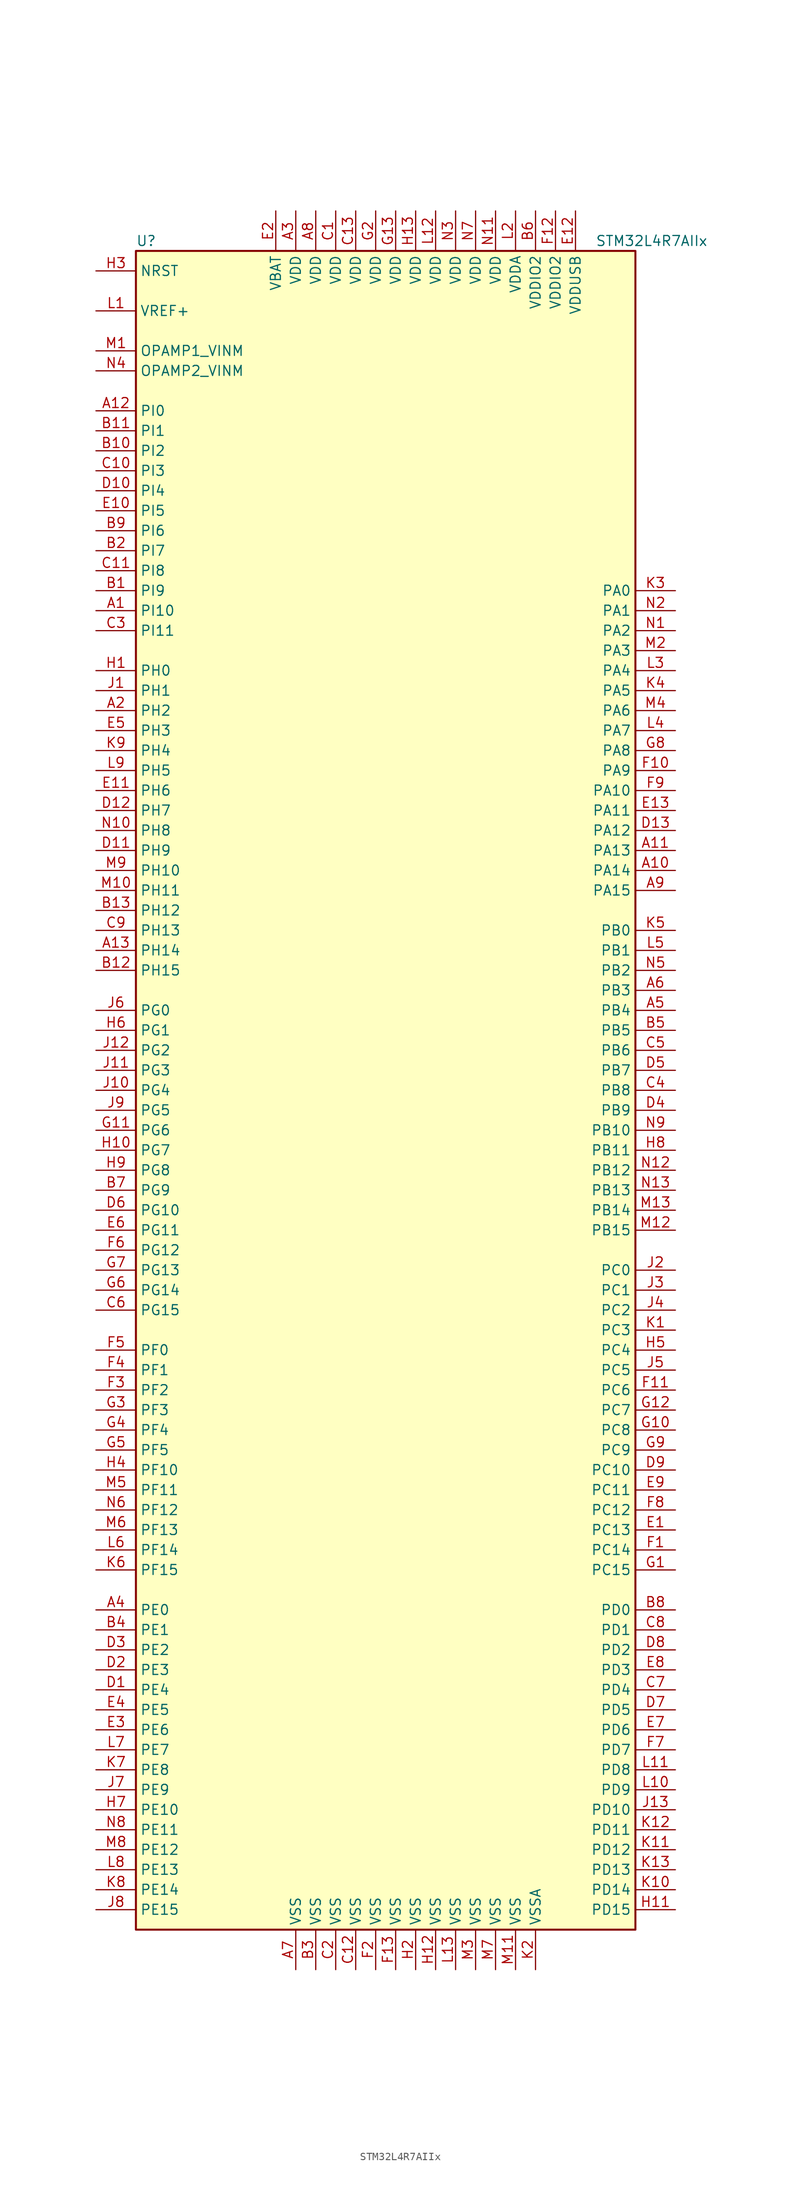
<source format=kicad_sym>
(kicad_symbol_lib
  (version 20201005)
  (generator kicad_symbol_editor)
  (symbol "MCU_ST_STM32L4+:STM32L4R7AIIx"
    (property "Reference" "U"
      (at -33.02 107.95 0)
      (effects (font (size 1.27 1.27)) (justify left)))
    (property "Value" "STM32L4R7AIIx"
      (at 25.4 107.95 0)
      (effects (font (size 1.27 1.27)) (justify left)))
    (symbol "STM32L4R7AIIx_0_1"
      (rectangle (start -33.02 -106.68) (end 30.48 106.68) (stroke (width 0.254)) (fill (type background))))
    (symbol "STM32L4R7AIIx_1_1"
      (pin input line (at -38.1 104.14 0) (length 5.08) (name "NRST" (effects (font (size 1.27 1.27)))) (number "H3" (effects (font (size 1.27 1.27)))))
      (pin bidirectional line (at -38.1 93.98 0) (length 5.08) (name "OPAMP1_VINM" (effects (font (size 1.27 1.27)))) (number "M1" (effects (font (size 1.27 1.27)))))
      (pin bidirectional line (at -38.1 91.44 0) (length 5.08) (name "OPAMP2_VINM" (effects (font (size 1.27 1.27)))) (number "N4" (effects (font (size 1.27 1.27)))))
      (pin bidirectional line (at 35.56 63.5 180) (length 5.08) (name "PA0" (effects (font (size 1.27 1.27)))) (number "K3" (effects (font (size 1.27 1.27)))))
      (pin bidirectional line (at 35.56 60.96 180) (length 5.08) (name "PA1" (effects (font (size 1.27 1.27)))) (number "N2" (effects (font (size 1.27 1.27)))))
      (pin bidirectional line (at 35.56 38.1 180) (length 5.08) (name "PA10" (effects (font (size 1.27 1.27)))) (number "F9" (effects (font (size 1.27 1.27)))))
      (pin bidirectional line (at 35.56 35.56 180) (length 5.08) (name "PA11" (effects (font (size 1.27 1.27)))) (number "E13" (effects (font (size 1.27 1.27)))))
      (pin bidirectional line (at 35.56 33.02 180) (length 5.08) (name "PA12" (effects (font (size 1.27 1.27)))) (number "D13" (effects (font (size 1.27 1.27)))))
      (pin bidirectional line (at 35.56 30.48 180) (length 5.08) (name "PA13" (effects (font (size 1.27 1.27)))) (number "A11" (effects (font (size 1.27 1.27)))))
      (pin bidirectional line (at 35.56 27.94 180) (length 5.08) (name "PA14" (effects (font (size 1.27 1.27)))) (number "A10" (effects (font (size 1.27 1.27)))))
      (pin bidirectional line (at 35.56 25.4 180) (length 5.08) (name "PA15" (effects (font (size 1.27 1.27)))) (number "A9" (effects (font (size 1.27 1.27)))))
      (pin bidirectional line (at 35.56 58.42 180) (length 5.08) (name "PA2" (effects (font (size 1.27 1.27)))) (number "N1" (effects (font (size 1.27 1.27)))))
      (pin bidirectional line (at 35.56 55.88 180) (length 5.08) (name "PA3" (effects (font (size 1.27 1.27)))) (number "M2" (effects (font (size 1.27 1.27)))))
      (pin bidirectional line (at 35.56 53.34 180) (length 5.08) (name "PA4" (effects (font (size 1.27 1.27)))) (number "L3" (effects (font (size 1.27 1.27)))))
      (pin bidirectional line (at 35.56 50.8 180) (length 5.08) (name "PA5" (effects (font (size 1.27 1.27)))) (number "K4" (effects (font (size 1.27 1.27)))))
      (pin bidirectional line (at 35.56 48.26 180) (length 5.08) (name "PA6" (effects (font (size 1.27 1.27)))) (number "M4" (effects (font (size 1.27 1.27)))))
      (pin bidirectional line (at 35.56 45.72 180) (length 5.08) (name "PA7" (effects (font (size 1.27 1.27)))) (number "L4" (effects (font (size 1.27 1.27)))))
      (pin bidirectional line (at 35.56 43.18 180) (length 5.08) (name "PA8" (effects (font (size 1.27 1.27)))) (number "G8" (effects (font (size 1.27 1.27)))))
      (pin bidirectional line (at 35.56 40.64 180) (length 5.08) (name "PA9" (effects (font (size 1.27 1.27)))) (number "F10" (effects (font (size 1.27 1.27)))))
      (pin bidirectional line (at 35.56 20.32 180) (length 5.08) (name "PB0" (effects (font (size 1.27 1.27)))) (number "K5" (effects (font (size 1.27 1.27)))))
      (pin bidirectional line (at 35.56 17.78 180) (length 5.08) (name "PB1" (effects (font (size 1.27 1.27)))) (number "L5" (effects (font (size 1.27 1.27)))))
      (pin bidirectional line (at 35.56 -5.08 180) (length 5.08) (name "PB10" (effects (font (size 1.27 1.27)))) (number "N9" (effects (font (size 1.27 1.27)))))
      (pin bidirectional line (at 35.56 -7.62 180) (length 5.08) (name "PB11" (effects (font (size 1.27 1.27)))) (number "H8" (effects (font (size 1.27 1.27)))))
      (pin bidirectional line (at 35.56 -10.16 180) (length 5.08) (name "PB12" (effects (font (size 1.27 1.27)))) (number "N12" (effects (font (size 1.27 1.27)))))
      (pin bidirectional line (at 35.56 -12.7 180) (length 5.08) (name "PB13" (effects (font (size 1.27 1.27)))) (number "N13" (effects (font (size 1.27 1.27)))))
      (pin bidirectional line (at 35.56 -15.24 180) (length 5.08) (name "PB14" (effects (font (size 1.27 1.27)))) (number "M13" (effects (font (size 1.27 1.27)))))
      (pin bidirectional line (at 35.56 -17.78 180) (length 5.08) (name "PB15" (effects (font (size 1.27 1.27)))) (number "M12" (effects (font (size 1.27 1.27)))))
      (pin bidirectional line (at 35.56 15.24 180) (length 5.08) (name "PB2" (effects (font (size 1.27 1.27)))) (number "N5" (effects (font (size 1.27 1.27)))))
      (pin bidirectional line (at 35.56 12.7 180) (length 5.08) (name "PB3" (effects (font (size 1.27 1.27)))) (number "A6" (effects (font (size 1.27 1.27)))))
      (pin bidirectional line (at 35.56 10.16 180) (length 5.08) (name "PB4" (effects (font (size 1.27 1.27)))) (number "A5" (effects (font (size 1.27 1.27)))))
      (pin bidirectional line (at 35.56 7.62 180) (length 5.08) (name "PB5" (effects (font (size 1.27 1.27)))) (number "B5" (effects (font (size 1.27 1.27)))))
      (pin bidirectional line (at 35.56 5.08 180) (length 5.08) (name "PB6" (effects (font (size 1.27 1.27)))) (number "C5" (effects (font (size 1.27 1.27)))))
      (pin bidirectional line (at 35.56 2.54 180) (length 5.08) (name "PB7" (effects (font (size 1.27 1.27)))) (number "D5" (effects (font (size 1.27 1.27)))))
      (pin bidirectional line (at 35.56 0 180) (length 5.08) (name "PB8" (effects (font (size 1.27 1.27)))) (number "C4" (effects (font (size 1.27 1.27)))))
      (pin bidirectional line (at 35.56 -2.54 180) (length 5.08) (name "PB9" (effects (font (size 1.27 1.27)))) (number "D4" (effects (font (size 1.27 1.27)))))
      (pin bidirectional line (at 35.56 -22.86 180) (length 5.08) (name "PC0" (effects (font (size 1.27 1.27)))) (number "J2" (effects (font (size 1.27 1.27)))))
      (pin bidirectional line (at 35.56 -25.4 180) (length 5.08) (name "PC1" (effects (font (size 1.27 1.27)))) (number "J3" (effects (font (size 1.27 1.27)))))
      (pin bidirectional line (at 35.56 -48.26 180) (length 5.08) (name "PC10" (effects (font (size 1.27 1.27)))) (number "D9" (effects (font (size 1.27 1.27)))))
      (pin bidirectional line (at 35.56 -50.8 180) (length 5.08) (name "PC11" (effects (font (size 1.27 1.27)))) (number "E9" (effects (font (size 1.27 1.27)))))
      (pin bidirectional line (at 35.56 -53.34 180) (length 5.08) (name "PC12" (effects (font (size 1.27 1.27)))) (number "F8" (effects (font (size 1.27 1.27)))))
      (pin bidirectional line (at 35.56 -55.88 180) (length 5.08) (name "PC13" (effects (font (size 1.27 1.27)))) (number "E1" (effects (font (size 1.27 1.27)))))
      (pin bidirectional line (at 35.56 -58.42 180) (length 5.08) (name "PC14" (effects (font (size 1.27 1.27)))) (number "F1" (effects (font (size 1.27 1.27)))))
      (pin bidirectional line (at 35.56 -60.96 180) (length 5.08) (name "PC15" (effects (font (size 1.27 1.27)))) (number "G1" (effects (font (size 1.27 1.27)))))
      (pin bidirectional line (at 35.56 -27.94 180) (length 5.08) (name "PC2" (effects (font (size 1.27 1.27)))) (number "J4" (effects (font (size 1.27 1.27)))))
      (pin bidirectional line (at 35.56 -30.48 180) (length 5.08) (name "PC3" (effects (font (size 1.27 1.27)))) (number "K1" (effects (font (size 1.27 1.27)))))
      (pin bidirectional line (at 35.56 -33.02 180) (length 5.08) (name "PC4" (effects (font (size 1.27 1.27)))) (number "H5" (effects (font (size 1.27 1.27)))))
      (pin bidirectional line (at 35.56 -35.56 180) (length 5.08) (name "PC5" (effects (font (size 1.27 1.27)))) (number "J5" (effects (font (size 1.27 1.27)))))
      (pin bidirectional line (at 35.56 -38.1 180) (length 5.08) (name "PC6" (effects (font (size 1.27 1.27)))) (number "F11" (effects (font (size 1.27 1.27)))))
      (pin bidirectional line (at 35.56 -40.64 180) (length 5.08) (name "PC7" (effects (font (size 1.27 1.27)))) (number "G12" (effects (font (size 1.27 1.27)))))
      (pin bidirectional line (at 35.56 -43.18 180) (length 5.08) (name "PC8" (effects (font (size 1.27 1.27)))) (number "G10" (effects (font (size 1.27 1.27)))))
      (pin bidirectional line (at 35.56 -45.72 180) (length 5.08) (name "PC9" (effects (font (size 1.27 1.27)))) (number "G9" (effects (font (size 1.27 1.27)))))
      (pin bidirectional line (at 35.56 -66.04 180) (length 5.08) (name "PD0" (effects (font (size 1.27 1.27)))) (number "B8" (effects (font (size 1.27 1.27)))))
      (pin bidirectional line (at 35.56 -68.58 180) (length 5.08) (name "PD1" (effects (font (size 1.27 1.27)))) (number "C8" (effects (font (size 1.27 1.27)))))
      (pin bidirectional line (at 35.56 -91.44 180) (length 5.08) (name "PD10" (effects (font (size 1.27 1.27)))) (number "J13" (effects (font (size 1.27 1.27)))))
      (pin bidirectional line (at 35.56 -93.98 180) (length 5.08) (name "PD11" (effects (font (size 1.27 1.27)))) (number "K12" (effects (font (size 1.27 1.27)))))
      (pin bidirectional line (at 35.56 -96.52 180) (length 5.08) (name "PD12" (effects (font (size 1.27 1.27)))) (number "K11" (effects (font (size 1.27 1.27)))))
      (pin bidirectional line (at 35.56 -99.06 180) (length 5.08) (name "PD13" (effects (font (size 1.27 1.27)))) (number "K13" (effects (font (size 1.27 1.27)))))
      (pin bidirectional line (at 35.56 -101.6 180) (length 5.08) (name "PD14" (effects (font (size 1.27 1.27)))) (number "K10" (effects (font (size 1.27 1.27)))))
      (pin bidirectional line (at 35.56 -104.14 180) (length 5.08) (name "PD15" (effects (font (size 1.27 1.27)))) (number "H11" (effects (font (size 1.27 1.27)))))
      (pin bidirectional line (at 35.56 -71.12 180) (length 5.08) (name "PD2" (effects (font (size 1.27 1.27)))) (number "D8" (effects (font (size 1.27 1.27)))))
      (pin bidirectional line (at 35.56 -73.66 180) (length 5.08) (name "PD3" (effects (font (size 1.27 1.27)))) (number "E8" (effects (font (size 1.27 1.27)))))
      (pin bidirectional line (at 35.56 -76.2 180) (length 5.08) (name "PD4" (effects (font (size 1.27 1.27)))) (number "C7" (effects (font (size 1.27 1.27)))))
      (pin bidirectional line (at 35.56 -78.74 180) (length 5.08) (name "PD5" (effects (font (size 1.27 1.27)))) (number "D7" (effects (font (size 1.27 1.27)))))
      (pin bidirectional line (at 35.56 -81.28 180) (length 5.08) (name "PD6" (effects (font (size 1.27 1.27)))) (number "E7" (effects (font (size 1.27 1.27)))))
      (pin bidirectional line (at 35.56 -83.82 180) (length 5.08) (name "PD7" (effects (font (size 1.27 1.27)))) (number "F7" (effects (font (size 1.27 1.27)))))
      (pin bidirectional line (at 35.56 -86.36 180) (length 5.08) (name "PD8" (effects (font (size 1.27 1.27)))) (number "L11" (effects (font (size 1.27 1.27)))))
      (pin bidirectional line (at 35.56 -88.9 180) (length 5.08) (name "PD9" (effects (font (size 1.27 1.27)))) (number "L10" (effects (font (size 1.27 1.27)))))
      (pin bidirectional line (at -38.1 -66.04 0) (length 5.08) (name "PE0" (effects (font (size 1.27 1.27)))) (number "A4" (effects (font (size 1.27 1.27)))))
      (pin bidirectional line (at -38.1 -68.58 0) (length 5.08) (name "PE1" (effects (font (size 1.27 1.27)))) (number "B4" (effects (font (size 1.27 1.27)))))
      (pin bidirectional line (at -38.1 -91.44 0) (length 5.08) (name "PE10" (effects (font (size 1.27 1.27)))) (number "H7" (effects (font (size 1.27 1.27)))))
      (pin bidirectional line (at -38.1 -93.98 0) (length 5.08) (name "PE11" (effects (font (size 1.27 1.27)))) (number "N8" (effects (font (size 1.27 1.27)))))
      (pin bidirectional line (at -38.1 -96.52 0) (length 5.08) (name "PE12" (effects (font (size 1.27 1.27)))) (number "M8" (effects (font (size 1.27 1.27)))))
      (pin bidirectional line (at -38.1 -99.06 0) (length 5.08) (name "PE13" (effects (font (size 1.27 1.27)))) (number "L8" (effects (font (size 1.27 1.27)))))
      (pin bidirectional line (at -38.1 -101.6 0) (length 5.08) (name "PE14" (effects (font (size 1.27 1.27)))) (number "K8" (effects (font (size 1.27 1.27)))))
      (pin bidirectional line (at -38.1 -104.14 0) (length 5.08) (name "PE15" (effects (font (size 1.27 1.27)))) (number "J8" (effects (font (size 1.27 1.27)))))
      (pin bidirectional line (at -38.1 -71.12 0) (length 5.08) (name "PE2" (effects (font (size 1.27 1.27)))) (number "D3" (effects (font (size 1.27 1.27)))))
      (pin bidirectional line (at -38.1 -73.66 0) (length 5.08) (name "PE3" (effects (font (size 1.27 1.27)))) (number "D2" (effects (font (size 1.27 1.27)))))
      (pin bidirectional line (at -38.1 -76.2 0) (length 5.08) (name "PE4" (effects (font (size 1.27 1.27)))) (number "D1" (effects (font (size 1.27 1.27)))))
      (pin bidirectional line (at -38.1 -78.74 0) (length 5.08) (name "PE5" (effects (font (size 1.27 1.27)))) (number "E4" (effects (font (size 1.27 1.27)))))
      (pin bidirectional line (at -38.1 -81.28 0) (length 5.08) (name "PE6" (effects (font (size 1.27 1.27)))) (number "E3" (effects (font (size 1.27 1.27)))))
      (pin bidirectional line (at -38.1 -83.82 0) (length 5.08) (name "PE7" (effects (font (size 1.27 1.27)))) (number "L7" (effects (font (size 1.27 1.27)))))
      (pin bidirectional line (at -38.1 -86.36 0) (length 5.08) (name "PE8" (effects (font (size 1.27 1.27)))) (number "K7" (effects (font (size 1.27 1.27)))))
      (pin bidirectional line (at -38.1 -88.9 0) (length 5.08) (name "PE9" (effects (font (size 1.27 1.27)))) (number "J7" (effects (font (size 1.27 1.27)))))
      (pin bidirectional line (at -38.1 -33.02 0) (length 5.08) (name "PF0" (effects (font (size 1.27 1.27)))) (number "F5" (effects (font (size 1.27 1.27)))))
      (pin bidirectional line (at -38.1 -35.56 0) (length 5.08) (name "PF1" (effects (font (size 1.27 1.27)))) (number "F4" (effects (font (size 1.27 1.27)))))
      (pin bidirectional line (at -38.1 -48.26 0) (length 5.08) (name "PF10" (effects (font (size 1.27 1.27)))) (number "H4" (effects (font (size 1.27 1.27)))))
      (pin bidirectional line (at -38.1 -50.8 0) (length 5.08) (name "PF11" (effects (font (size 1.27 1.27)))) (number "M5" (effects (font (size 1.27 1.27)))))
      (pin bidirectional line (at -38.1 -53.34 0) (length 5.08) (name "PF12" (effects (font (size 1.27 1.27)))) (number "N6" (effects (font (size 1.27 1.27)))))
      (pin bidirectional line (at -38.1 -55.88 0) (length 5.08) (name "PF13" (effects (font (size 1.27 1.27)))) (number "M6" (effects (font (size 1.27 1.27)))))
      (pin bidirectional line (at -38.1 -58.42 0) (length 5.08) (name "PF14" (effects (font (size 1.27 1.27)))) (number "L6" (effects (font (size 1.27 1.27)))))
      (pin bidirectional line (at -38.1 -60.96 0) (length 5.08) (name "PF15" (effects (font (size 1.27 1.27)))) (number "K6" (effects (font (size 1.27 1.27)))))
      (pin bidirectional line (at -38.1 -38.1 0) (length 5.08) (name "PF2" (effects (font (size 1.27 1.27)))) (number "F3" (effects (font (size 1.27 1.27)))))
      (pin bidirectional line (at -38.1 -40.64 0) (length 5.08) (name "PF3" (effects (font (size 1.27 1.27)))) (number "G3" (effects (font (size 1.27 1.27)))))
      (pin bidirectional line (at -38.1 -43.18 0) (length 5.08) (name "PF4" (effects (font (size 1.27 1.27)))) (number "G4" (effects (font (size 1.27 1.27)))))
      (pin bidirectional line (at -38.1 -45.72 0) (length 5.08) (name "PF5" (effects (font (size 1.27 1.27)))) (number "G5" (effects (font (size 1.27 1.27)))))
      (pin bidirectional line (at -38.1 10.16 0) (length 5.08) (name "PG0" (effects (font (size 1.27 1.27)))) (number "J6" (effects (font (size 1.27 1.27)))))
      (pin bidirectional line (at -38.1 7.62 0) (length 5.08) (name "PG1" (effects (font (size 1.27 1.27)))) (number "H6" (effects (font (size 1.27 1.27)))))
      (pin bidirectional line (at -38.1 -15.24 0) (length 5.08) (name "PG10" (effects (font (size 1.27 1.27)))) (number "D6" (effects (font (size 1.27 1.27)))))
      (pin bidirectional line (at -38.1 -17.78 0) (length 5.08) (name "PG11" (effects (font (size 1.27 1.27)))) (number "E6" (effects (font (size 1.27 1.27)))))
      (pin bidirectional line (at -38.1 -20.32 0) (length 5.08) (name "PG12" (effects (font (size 1.27 1.27)))) (number "F6" (effects (font (size 1.27 1.27)))))
      (pin bidirectional line (at -38.1 -22.86 0) (length 5.08) (name "PG13" (effects (font (size 1.27 1.27)))) (number "G7" (effects (font (size 1.27 1.27)))))
      (pin bidirectional line (at -38.1 -25.4 0) (length 5.08) (name "PG14" (effects (font (size 1.27 1.27)))) (number "G6" (effects (font (size 1.27 1.27)))))
      (pin bidirectional line (at -38.1 -27.94 0) (length 5.08) (name "PG15" (effects (font (size 1.27 1.27)))) (number "C6" (effects (font (size 1.27 1.27)))))
      (pin bidirectional line (at -38.1 5.08 0) (length 5.08) (name "PG2" (effects (font (size 1.27 1.27)))) (number "J12" (effects (font (size 1.27 1.27)))))
      (pin bidirectional line (at -38.1 2.54 0) (length 5.08) (name "PG3" (effects (font (size 1.27 1.27)))) (number "J11" (effects (font (size 1.27 1.27)))))
      (pin bidirectional line (at -38.1 0 0) (length 5.08) (name "PG4" (effects (font (size 1.27 1.27)))) (number "J10" (effects (font (size 1.27 1.27)))))
      (pin bidirectional line (at -38.1 -2.54 0) (length 5.08) (name "PG5" (effects (font (size 1.27 1.27)))) (number "J9" (effects (font (size 1.27 1.27)))))
      (pin bidirectional line (at -38.1 -5.08 0) (length 5.08) (name "PG6" (effects (font (size 1.27 1.27)))) (number "G11" (effects (font (size 1.27 1.27)))))
      (pin bidirectional line (at -38.1 -7.62 0) (length 5.08) (name "PG7" (effects (font (size 1.27 1.27)))) (number "H10" (effects (font (size 1.27 1.27)))))
      (pin bidirectional line (at -38.1 -10.16 0) (length 5.08) (name "PG8" (effects (font (size 1.27 1.27)))) (number "H9" (effects (font (size 1.27 1.27)))))
      (pin bidirectional line (at -38.1 -12.7 0) (length 5.08) (name "PG9" (effects (font (size 1.27 1.27)))) (number "B7" (effects (font (size 1.27 1.27)))))
      (pin input line (at -38.1 53.34 0) (length 5.08) (name "PH0" (effects (font (size 1.27 1.27)))) (number "H1" (effects (font (size 1.27 1.27)))))
      (pin input line (at -38.1 50.8 0) (length 5.08) (name "PH1" (effects (font (size 1.27 1.27)))) (number "J1" (effects (font (size 1.27 1.27)))))
      (pin bidirectional line (at -38.1 27.94 0) (length 5.08) (name "PH10" (effects (font (size 1.27 1.27)))) (number "M9" (effects (font (size 1.27 1.27)))))
      (pin bidirectional line (at -38.1 25.4 0) (length 5.08) (name "PH11" (effects (font (size 1.27 1.27)))) (number "M10" (effects (font (size 1.27 1.27)))))
      (pin bidirectional line (at -38.1 22.86 0) (length 5.08) (name "PH12" (effects (font (size 1.27 1.27)))) (number "B13" (effects (font (size 1.27 1.27)))))
      (pin bidirectional line (at -38.1 20.32 0) (length 5.08) (name "PH13" (effects (font (size 1.27 1.27)))) (number "C9" (effects (font (size 1.27 1.27)))))
      (pin bidirectional line (at -38.1 17.78 0) (length 5.08) (name "PH14" (effects (font (size 1.27 1.27)))) (number "A13" (effects (font (size 1.27 1.27)))))
      (pin bidirectional line (at -38.1 15.24 0) (length 5.08) (name "PH15" (effects (font (size 1.27 1.27)))) (number "B12" (effects (font (size 1.27 1.27)))))
      (pin bidirectional line (at -38.1 48.26 0) (length 5.08) (name "PH2" (effects (font (size 1.27 1.27)))) (number "A2" (effects (font (size 1.27 1.27)))))
      (pin bidirectional line (at -38.1 45.72 0) (length 5.08) (name "PH3" (effects (font (size 1.27 1.27)))) (number "E5" (effects (font (size 1.27 1.27)))))
      (pin bidirectional line (at -38.1 43.18 0) (length 5.08) (name "PH4" (effects (font (size 1.27 1.27)))) (number "K9" (effects (font (size 1.27 1.27)))))
      (pin bidirectional line (at -38.1 40.64 0) (length 5.08) (name "PH5" (effects (font (size 1.27 1.27)))) (number "L9" (effects (font (size 1.27 1.27)))))
      (pin bidirectional line (at -38.1 38.1 0) (length 5.08) (name "PH6" (effects (font (size 1.27 1.27)))) (number "E11" (effects (font (size 1.27 1.27)))))
      (pin bidirectional line (at -38.1 35.56 0) (length 5.08) (name "PH7" (effects (font (size 1.27 1.27)))) (number "D12" (effects (font (size 1.27 1.27)))))
      (pin bidirectional line (at -38.1 33.02 0) (length 5.08) (name "PH8" (effects (font (size 1.27 1.27)))) (number "N10" (effects (font (size 1.27 1.27)))))
      (pin bidirectional line (at -38.1 30.48 0) (length 5.08) (name "PH9" (effects (font (size 1.27 1.27)))) (number "D11" (effects (font (size 1.27 1.27)))))
      (pin bidirectional line (at -38.1 86.36 0) (length 5.08) (name "PI0" (effects (font (size 1.27 1.27)))) (number "A12" (effects (font (size 1.27 1.27)))))
      (pin bidirectional line (at -38.1 83.82 0) (length 5.08) (name "PI1" (effects (font (size 1.27 1.27)))) (number "B11" (effects (font (size 1.27 1.27)))))
      (pin bidirectional line (at -38.1 60.96 0) (length 5.08) (name "PI10" (effects (font (size 1.27 1.27)))) (number "A1" (effects (font (size 1.27 1.27)))))
      (pin bidirectional line (at -38.1 58.42 0) (length 5.08) (name "PI11" (effects (font (size 1.27 1.27)))) (number "C3" (effects (font (size 1.27 1.27)))))
      (pin bidirectional line (at -38.1 81.28 0) (length 5.08) (name "PI2" (effects (font (size 1.27 1.27)))) (number "B10" (effects (font (size 1.27 1.27)))))
      (pin bidirectional line (at -38.1 78.74 0) (length 5.08) (name "PI3" (effects (font (size 1.27 1.27)))) (number "C10" (effects (font (size 1.27 1.27)))))
      (pin bidirectional line (at -38.1 76.2 0) (length 5.08) (name "PI4" (effects (font (size 1.27 1.27)))) (number "D10" (effects (font (size 1.27 1.27)))))
      (pin bidirectional line (at -38.1 73.66 0) (length 5.08) (name "PI5" (effects (font (size 1.27 1.27)))) (number "E10" (effects (font (size 1.27 1.27)))))
      (pin bidirectional line (at -38.1 71.12 0) (length 5.08) (name "PI6" (effects (font (size 1.27 1.27)))) (number "B9" (effects (font (size 1.27 1.27)))))
      (pin bidirectional line (at -38.1 68.58 0) (length 5.08) (name "PI7" (effects (font (size 1.27 1.27)))) (number "B2" (effects (font (size 1.27 1.27)))))
      (pin bidirectional line (at -38.1 66.04 0) (length 5.08) (name "PI8" (effects (font (size 1.27 1.27)))) (number "C11" (effects (font (size 1.27 1.27)))))
      (pin bidirectional line (at -38.1 63.5 0) (length 5.08) (name "PI9" (effects (font (size 1.27 1.27)))) (number "B1" (effects (font (size 1.27 1.27)))))
      (pin power_in line (at -15.24 111.76 270) (length 5.08) (name "VBAT" (effects (font (size 1.27 1.27)))) (number "E2" (effects (font (size 1.27 1.27)))))
      (pin power_in line (at -12.7 111.76 270) (length 5.08) (name "VDD" (effects (font (size 1.27 1.27)))) (number "A3" (effects (font (size 1.27 1.27)))))
      (pin power_in line (at -10.16 111.76 270) (length 5.08) (name "VDD" (effects (font (size 1.27 1.27)))) (number "A8" (effects (font (size 1.27 1.27)))))
      (pin power_in line (at -7.62 111.76 270) (length 5.08) (name "VDD" (effects (font (size 1.27 1.27)))) (number "C1" (effects (font (size 1.27 1.27)))))
      (pin power_in line (at -5.08 111.76 270) (length 5.08) (name "VDD" (effects (font (size 1.27 1.27)))) (number "C13" (effects (font (size 1.27 1.27)))))
      (pin power_in line (at 0 111.76 270) (length 5.08) (name "VDD" (effects (font (size 1.27 1.27)))) (number "G13" (effects (font (size 1.27 1.27)))))
      (pin power_in line (at -2.54 111.76 270) (length 5.08) (name "VDD" (effects (font (size 1.27 1.27)))) (number "G2" (effects (font (size 1.27 1.27)))))
      (pin power_in line (at 2.54 111.76 270) (length 5.08) (name "VDD" (effects (font (size 1.27 1.27)))) (number "H13" (effects (font (size 1.27 1.27)))))
      (pin power_in line (at 5.08 111.76 270) (length 5.08) (name "VDD" (effects (font (size 1.27 1.27)))) (number "L12" (effects (font (size 1.27 1.27)))))
      (pin power_in line (at 12.7 111.76 270) (length 5.08) (name "VDD" (effects (font (size 1.27 1.27)))) (number "N11" (effects (font (size 1.27 1.27)))))
      (pin power_in line (at 7.62 111.76 270) (length 5.08) (name "VDD" (effects (font (size 1.27 1.27)))) (number "N3" (effects (font (size 1.27 1.27)))))
      (pin power_in line (at 10.16 111.76 270) (length 5.08) (name "VDD" (effects (font (size 1.27 1.27)))) (number "N7" (effects (font (size 1.27 1.27)))))
      (pin power_in line (at 15.24 111.76 270) (length 5.08) (name "VDDA" (effects (font (size 1.27 1.27)))) (number "L2" (effects (font (size 1.27 1.27)))))
      (pin power_in line (at 17.78 111.76 270) (length 5.08) (name "VDDIO2" (effects (font (size 1.27 1.27)))) (number "B6" (effects (font (size 1.27 1.27)))))
      (pin power_in line (at 20.32 111.76 270) (length 5.08) (name "VDDIO2" (effects (font (size 1.27 1.27)))) (number "F12" (effects (font (size 1.27 1.27)))))
      (pin power_in line (at 22.86 111.76 270) (length 5.08) (name "VDDUSB" (effects (font (size 1.27 1.27)))) (number "E12" (effects (font (size 1.27 1.27)))))
      (pin bidirectional line (at -38.1 99.06 0) (length 5.08) (name "VREF+" (effects (font (size 1.27 1.27)))) (number "L1" (effects (font (size 1.27 1.27)))))
      (pin power_in line (at -12.7 -111.76 90) (length 5.08) (name "VSS" (effects (font (size 1.27 1.27)))) (number "A7" (effects (font (size 1.27 1.27)))))
      (pin power_in line (at -10.16 -111.76 90) (length 5.08) (name "VSS" (effects (font (size 1.27 1.27)))) (number "B3" (effects (font (size 1.27 1.27)))))
      (pin power_in line (at -5.08 -111.76 90) (length 5.08) (name "VSS" (effects (font (size 1.27 1.27)))) (number "C12" (effects (font (size 1.27 1.27)))))
      (pin power_in line (at -7.62 -111.76 90) (length 5.08) (name "VSS" (effects (font (size 1.27 1.27)))) (number "C2" (effects (font (size 1.27 1.27)))))
      (pin power_in line (at 0 -111.76 90) (length 5.08) (name "VSS" (effects (font (size 1.27 1.27)))) (number "F13" (effects (font (size 1.27 1.27)))))
      (pin power_in line (at -2.54 -111.76 90) (length 5.08) (name "VSS" (effects (font (size 1.27 1.27)))) (number "F2" (effects (font (size 1.27 1.27)))))
      (pin power_in line (at 5.08 -111.76 90) (length 5.08) (name "VSS" (effects (font (size 1.27 1.27)))) (number "H12" (effects (font (size 1.27 1.27)))))
      (pin power_in line (at 2.54 -111.76 90) (length 5.08) (name "VSS" (effects (font (size 1.27 1.27)))) (number "H2" (effects (font (size 1.27 1.27)))))
      (pin power_in line (at 7.62 -111.76 90) (length 5.08) (name "VSS" (effects (font (size 1.27 1.27)))) (number "L13" (effects (font (size 1.27 1.27)))))
      (pin power_in line (at 15.24 -111.76 90) (length 5.08) (name "VSS" (effects (font (size 1.27 1.27)))) (number "M11" (effects (font (size 1.27 1.27)))))
      (pin power_in line (at 10.16 -111.76 90) (length 5.08) (name "VSS" (effects (font (size 1.27 1.27)))) (number "M3" (effects (font (size 1.27 1.27)))))
      (pin power_in line (at 12.7 -111.76 90) (length 5.08) (name "VSS" (effects (font (size 1.27 1.27)))) (number "M7" (effects (font (size 1.27 1.27)))))
      (pin power_in line (at 17.78 -111.76 90) (length 5.08) (name "VSSA" (effects (font (size 1.27 1.27)))) (number "K2" (effects (font (size 1.27 1.27))))))))
</source>
